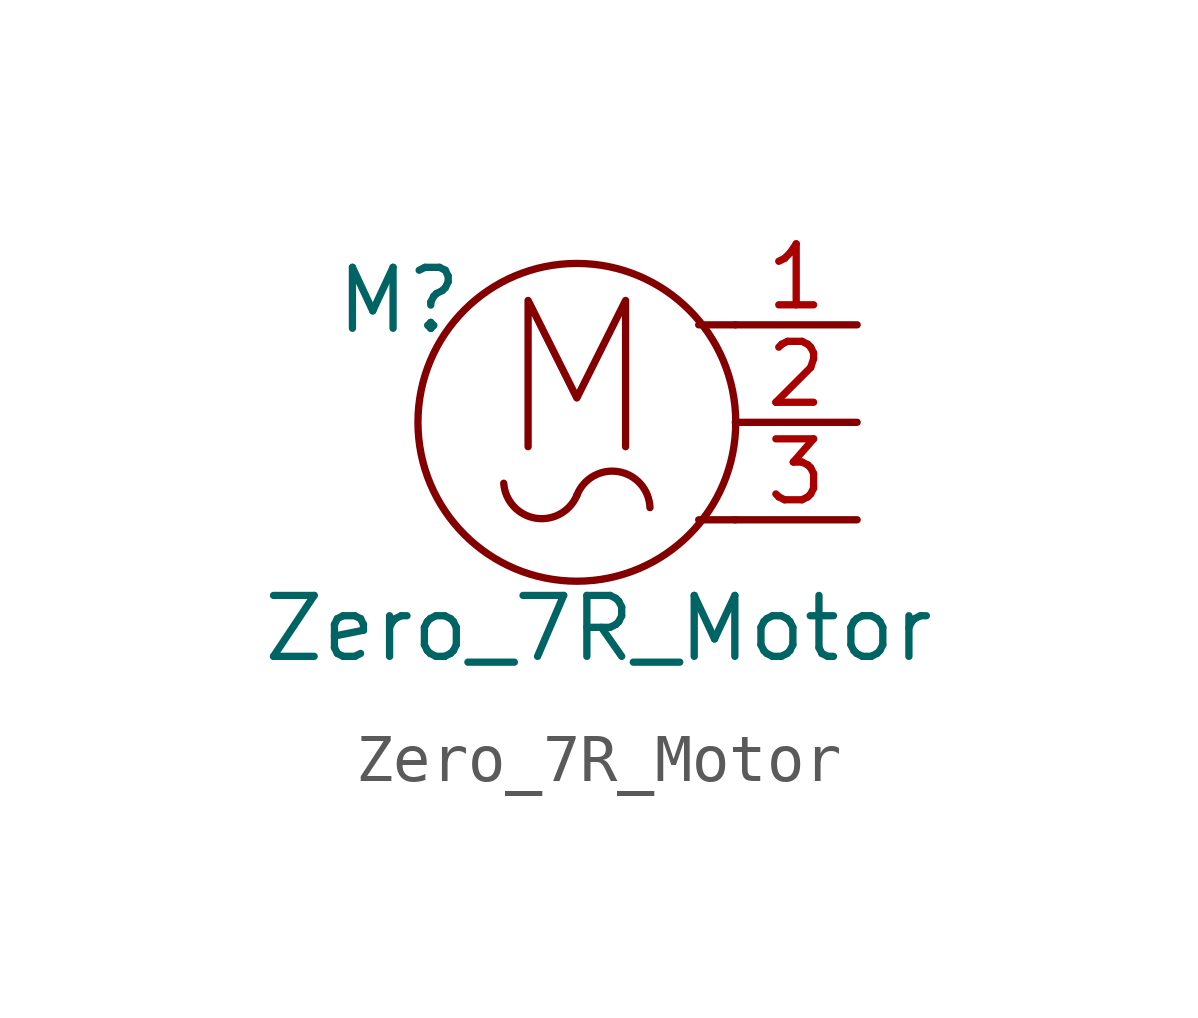
<source format=kicad_sym>
(kicad_symbol_lib
  (version 20211014)
  (generator kicad_symbol_editor)
  (symbol "Zero_7R_Motor"
    (pin_names
      (offset 0))
    (property "Reference" "M"
      (at -5.08 2.54 0)
      (effects (font (size 1.27 1.27)) (justify left)))
    (property "Value" "Zero_7R_Motor"
      (at -6.604 -3.556 0)
      (effects (font (size 1.27 1.27)) (justify left top)))
    (symbol "Zero_7R_Motor_0_0"
      (arc (start -1.524 -1.27) (mid -0.8622 -1.9982) (end 0 -1.524) (stroke (width 0) (type default) (color 0 0 0 0)) (fill (type none)))
      (polyline (pts (xy -1.016 -0.508) (xy -1.016 2.54) (xy 0 0.508) (xy 1.016 2.54) (xy 1.016 -0.508)) (stroke (width 0) (type default) (color 0 0 0 0)) (fill (type none)))
      (arc (start 1.524 -1.778) (mid 0.8657 -1.0287) (end 0 -1.524) (stroke (width 0) (type default) (color 0 0 0 0)) (fill (type none))))
    (symbol "Zero_7R_Motor_0_1"
      (circle (center 0 0) (radius 3.312) (stroke (width 0) (type default) (color 0 0 0 0)) (fill (type none)))
      (polyline (pts (xy 3.302 -2.032) (xy 2.54 -2.032)) (stroke (width 0) (type default) (color 0 0 0 0)) (fill (type none)))
      (polyline (pts (xy 3.302 2.032) (xy 2.54 2.032)) (stroke (width 0) (type default) (color 0 0 0 0)) (fill (type none))))
    (symbol "Zero_7R_Motor_1_1"
      (pin passive line (at 5.842 2.032 180) (length 2.54) (name "~" (effects (font (size 1.27 1.27)))) (number "1" (effects (font (size 1.27 1.27)))))
      (pin passive line (at 5.842 0 180) (length 2.54) (name "~" (effects (font (size 1.27 1.27)))) (number "2" (effects (font (size 1.27 1.27)))))
      (pin passive line (at 5.842 -2.032 180) (length 2.54) (name "~" (effects (font (size 1.27 1.27)))) (number "3" (effects (font (size 1.27 1.27))))))))
</source>
